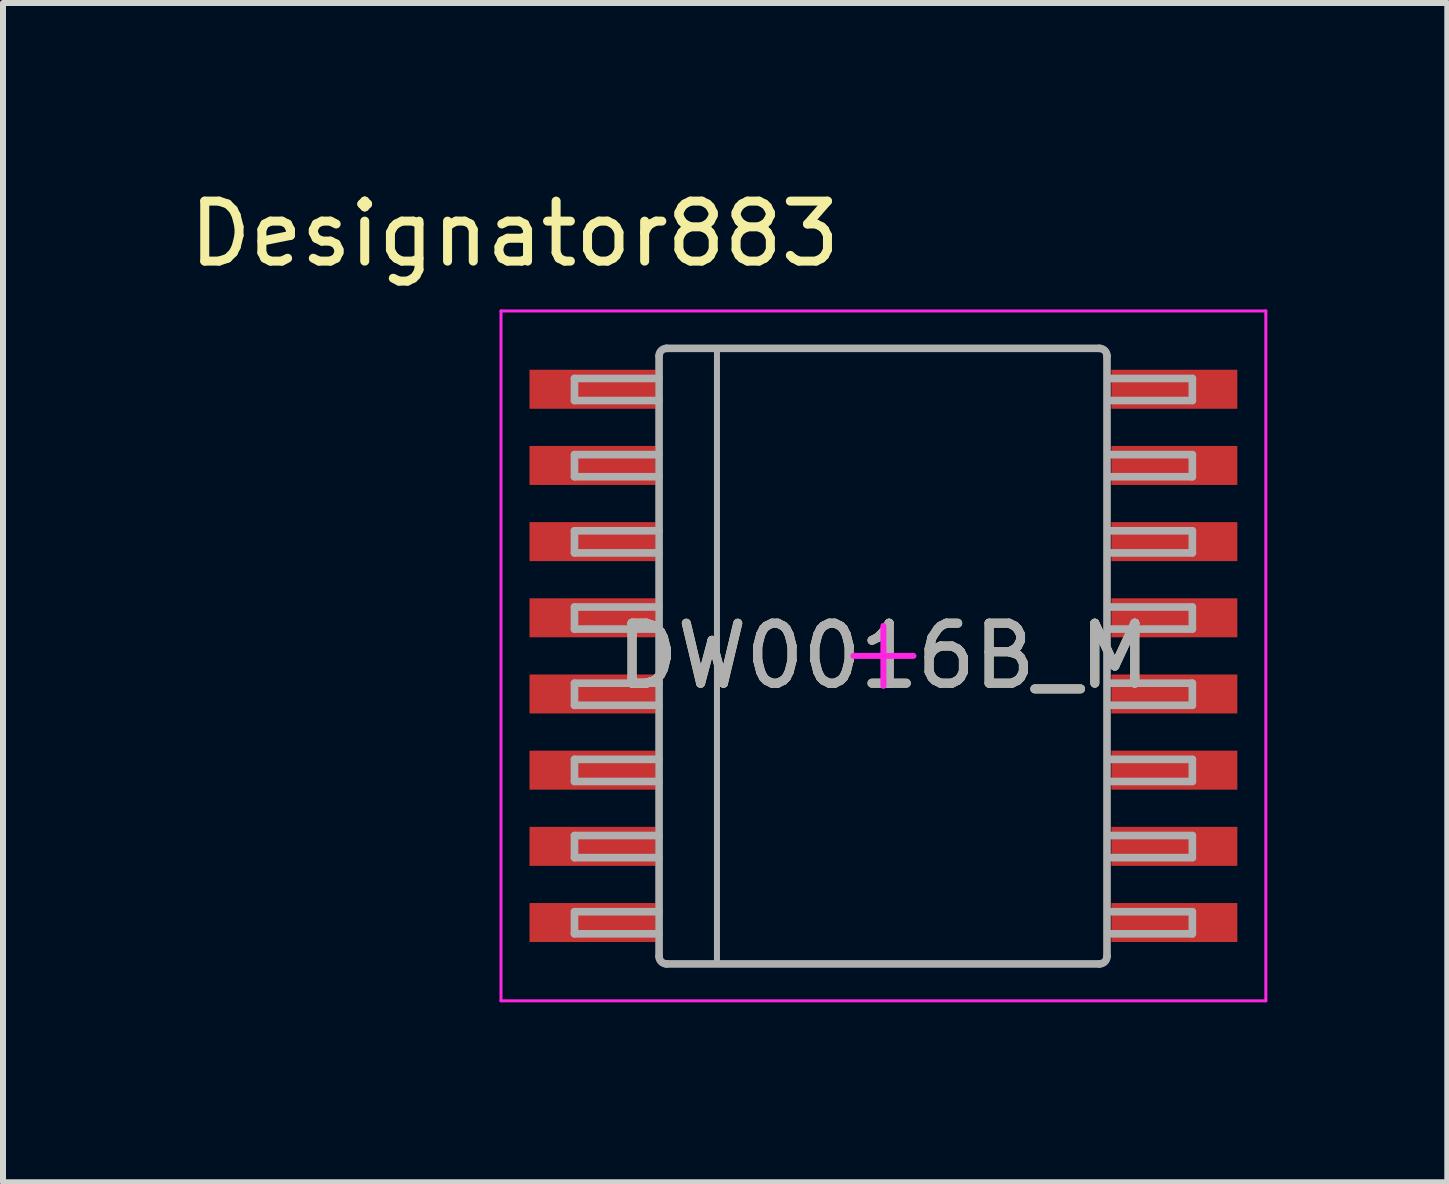
<source format=kicad_pcb>
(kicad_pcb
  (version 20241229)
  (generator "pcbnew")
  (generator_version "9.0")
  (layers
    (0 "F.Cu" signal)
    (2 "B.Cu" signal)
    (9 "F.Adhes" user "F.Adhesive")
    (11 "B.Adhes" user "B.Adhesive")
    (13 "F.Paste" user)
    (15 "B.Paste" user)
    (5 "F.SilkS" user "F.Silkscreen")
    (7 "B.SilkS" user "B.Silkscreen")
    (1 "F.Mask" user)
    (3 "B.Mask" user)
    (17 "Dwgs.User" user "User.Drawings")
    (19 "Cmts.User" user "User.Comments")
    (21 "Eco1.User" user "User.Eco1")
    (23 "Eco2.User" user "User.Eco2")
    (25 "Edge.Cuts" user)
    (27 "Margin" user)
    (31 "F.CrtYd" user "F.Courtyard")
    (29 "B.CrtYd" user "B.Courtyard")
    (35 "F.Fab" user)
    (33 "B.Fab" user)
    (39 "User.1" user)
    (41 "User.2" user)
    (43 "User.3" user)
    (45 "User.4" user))
  (footprint "DW0016B_M"
    (layer "F.Cu")
    (at 11.677 7.884)
    (property "Reference" "DW0016B_M" (at 0 0 0) (unlocked yes) (layer "F.SilkS") (effects (font (size 1 1) (thickness 0.15))))
    (attr smd)
    (fp_line (start -6.375 -5.75) (end 6.375 -5.75) (stroke (width 0.05) (type solid)) (layer "F.CrtYd"))
    (fp_line (start -6.375 5.75) (end -6.375 -5.75) (stroke (width 0.05) (type solid)) (layer "F.CrtYd"))
    (fp_line (start -6.375 5.75) (end 6.375 5.75) (stroke (width 0.05) (type solid)) (layer "F.CrtYd"))
    (fp_line (start -0.5 0) (end 0.5 0) (stroke (width 0.1) (type solid)) (layer "F.CrtYd"))
    (fp_line (start 0 0.5) (end 0 -0.5) (stroke (width 0.1) (type solid)) (layer "F.CrtYd"))
    (fp_line (start 6.375 5.75) (end 6.375 -5.75) (stroke (width 0.05) (type solid)) (layer "F.CrtYd"))
    (fp_line (start -5.15 -4.625) (end -3.74 -4.625) (stroke (width 0.127) (type solid)) (layer "F.Fab"))
    (fp_line (start -5.15 -4.257) (end -5.15 -4.625) (stroke (width 0.127) (type solid)) (layer "F.Fab"))
    (fp_line (start -5.15 -4.257) (end -3.74 -4.257) (stroke (width 0.127) (type solid)) (layer "F.Fab"))
    (fp_line (start -5.15 -3.355) (end -3.74 -3.355) (stroke (width 0.127) (type solid)) (layer "F.Fab"))
    (fp_line (start -5.15 -2.987) (end -5.15 -3.355) (stroke (width 0.127) (type solid)) (layer "F.Fab"))
    (fp_line (start -5.15 -2.987) (end -3.74 -2.987) (stroke (width 0.127) (type solid)) (layer "F.Fab"))
    (fp_line (start -5.15 -2.085) (end -3.74 -2.085) (stroke (width 0.127) (type solid)) (layer "F.Fab"))
    (fp_line (start -5.15 -1.717) (end -5.15 -2.085) (stroke (width 0.127) (type solid)) (layer "F.Fab"))
    (fp_line (start -5.15 -1.717) (end -3.74 -1.717) (stroke (width 0.127) (type solid)) (layer "F.Fab"))
    (fp_line (start -5.15 -0.815) (end -3.74 -0.815) (stroke (width 0.127) (type solid)) (layer "F.Fab"))
    (fp_line (start -5.15 -0.447) (end -5.15 -0.815) (stroke (width 0.127) (type solid)) (layer "F.Fab"))
    (fp_line (start -5.15 -0.447) (end -3.74 -0.447) (stroke (width 0.127) (type solid)) (layer "F.Fab"))
    (fp_line (start -5.15 0.455) (end -3.74 0.455) (stroke (width 0.127) (type solid)) (layer "F.Fab"))
    (fp_line (start -5.15 0.823) (end -5.15 0.455) (stroke (width 0.127) (type solid)) (layer "F.Fab"))
    (fp_line (start -5.15 0.823) (end -3.74 0.823) (stroke (width 0.127) (type solid)) (layer "F.Fab"))
    (fp_line (start -5.15 1.725) (end -3.74 1.725) (stroke (width 0.127) (type solid)) (layer "F.Fab"))
    (fp_line (start -5.15 2.093) (end -5.15 1.725) (stroke (width 0.127) (type solid)) (layer "F.Fab"))
    (fp_line (start -5.15 2.093) (end -3.74 2.093) (stroke (width 0.127) (type solid)) (layer "F.Fab"))
    (fp_line (start -5.15 2.995) (end -3.74 2.995) (stroke (width 0.127) (type solid)) (layer "F.Fab"))
    (fp_line (start -5.15 3.363) (end -5.15 2.995) (stroke (width 0.127) (type solid)) (layer "F.Fab"))
    (fp_line (start -5.15 3.363) (end -3.74 3.363) (stroke (width 0.127) (type solid)) (layer "F.Fab"))
    (fp_line (start -5.15 4.265) (end -3.74 4.265) (stroke (width 0.127) (type solid)) (layer "F.Fab"))
    (fp_line (start -5.15 4.633) (end -5.15 4.265) (stroke (width 0.127) (type solid)) (layer "F.Fab"))
    (fp_line (start -5.15 4.633) (end -3.74 4.633) (stroke (width 0.127) (type solid)) (layer "F.Fab"))
    (fp_line (start -3.74 5.008) (end -3.74 -5) (stroke (width 0.127) (type solid)) (layer "F.Fab"))
    (fp_line (start -3.614 -5.127) (end 3.601 -5.127) (stroke (width 0.127) (type solid)) (layer "F.Fab"))
    (fp_line (start -3.614 5.135) (end 3.601 5.135) (stroke (width 0.127) (type solid)) (layer "F.Fab"))
    (fp_line (start -2.775 5.135) (end -2.775 -5.127) (stroke (width 0.1) (type solid)) (layer "F.Fab"))
    (fp_line (start 3.727 5.008) (end 3.727 -5) (stroke (width 0.127) (type solid)) (layer "F.Fab"))
    (fp_line (start 3.74 -4.625) (end 5.15 -4.625) (stroke (width 0.127) (type solid)) (layer "F.Fab"))
    (fp_line (start 3.74 -4.257) (end 5.15 -4.257) (stroke (width 0.127) (type solid)) (layer "F.Fab"))
    (fp_line (start 3.74 -3.355) (end 5.15 -3.355) (stroke (width 0.127) (type solid)) (layer "F.Fab"))
    (fp_line (start 3.74 -2.987) (end 5.15 -2.987) (stroke (width 0.127) (type solid)) (layer "F.Fab"))
    (fp_line (start 3.74 -2.085) (end 5.15 -2.085) (stroke (width 0.127) (type solid)) (layer "F.Fab"))
    (fp_line (start 3.74 -1.717) (end 5.15 -1.717) (stroke (width 0.127) (type solid)) (layer "F.Fab"))
    (fp_line (start 3.74 -0.815) (end 5.15 -0.815) (stroke (width 0.127) (type solid)) (layer "F.Fab"))
    (fp_line (start 3.74 -0.447) (end 5.15 -0.447) (stroke (width 0.127) (type solid)) (layer "F.Fab"))
    (fp_line (start 3.74 0.455) (end 5.15 0.455) (stroke (width 0.127) (type solid)) (layer "F.Fab"))
    (fp_line (start 3.74 0.823) (end 5.15 0.823) (stroke (width 0.127) (type solid)) (layer "F.Fab"))
    (fp_line (start 3.74 1.725) (end 5.15 1.725) (stroke (width 0.127) (type solid)) (layer "F.Fab"))
    (fp_line (start 3.74 2.093) (end 5.15 2.093) (stroke (width 0.127) (type solid)) (layer "F.Fab"))
    (fp_line (start 3.74 2.995) (end 5.15 2.995) (stroke (width 0.127) (type solid)) (layer "F.Fab"))
    (fp_line (start 3.74 3.363) (end 5.15 3.363) (stroke (width 0.127) (type solid)) (layer "F.Fab"))
    (fp_line (start 3.74 4.265) (end 5.15 4.265) (stroke (width 0.127) (type solid)) (layer "F.Fab"))
    (fp_line (start 3.74 4.633) (end 5.15 4.633) (stroke (width 0.127) (type solid)) (layer "F.Fab"))
    (fp_line (start 5.15 -4.257) (end 5.15 -4.625) (stroke (width 0.127) (type solid)) (layer "F.Fab"))
    (fp_line (start 5.15 -2.987) (end 5.15 -3.355) (stroke (width 0.127) (type solid)) (layer "F.Fab"))
    (fp_line (start 5.15 -1.717) (end 5.15 -2.085) (stroke (width 0.127) (type solid)) (layer "F.Fab"))
    (fp_line (start 5.15 -0.447) (end 5.15 -0.815) (stroke (width 0.127) (type solid)) (layer "F.Fab"))
    (fp_line (start 5.15 0.823) (end 5.15 0.455) (stroke (width 0.127) (type solid)) (layer "F.Fab"))
    (fp_line (start 5.15 2.093) (end 5.15 1.725) (stroke (width 0.127) (type solid)) (layer "F.Fab"))
    (fp_line (start 5.15 3.363) (end 5.15 2.995) (stroke (width 0.127) (type solid)) (layer "F.Fab"))
    (fp_line (start 5.15 4.633) (end 5.15 4.265) (stroke (width 0.127) (type solid)) (layer "F.Fab"))
    (fp_arc (start -3.740299 -5.000131) (mid -3.703105 -5.089455) (end -3.613781 -5.126649) (stroke (width 0.127) (type solid)) (layer "F.Fab"))
    (fp_arc (start -3.613781 5.134949) (mid -3.703105 5.097755) (end -3.740299 5.008432) (stroke (width 0.127) (type solid)) (layer "F.Fab"))
    (fp_arc (start 3.600756 -5.126649) (mid 3.690092 -5.08946) (end 3.727299 -5.000131) (stroke (width 0.127) (type solid)) (layer "F.Fab"))
    (fp_arc (start 3.727299 5.008432) (mid 3.690092 5.09776) (end 3.600756 5.13495) (stroke (width 0.127) (type solid)) (layer "F.Fab"))
    (fp_text user "Designator883" (at -6.147 -7.036 0) (unlocked yes) (layer "F.SilkS") (effects (font (size 1 1) (thickness 0.15))))
    (fp_text user "${REFERENCE}" (at 0 0 0) (unlocked yes) (layer "F.Fab") (effects (font (size 1 1) (thickness 0.15))))
    (pad "1" smd rect (at -4.85 -4.445 90) (size 0.65 2.1) (layers "F.Cu" "F.Mask" "F.Paste"))
    (pad "2" smd rect (at -4.85 -3.175 90) (size 0.65 2.1) (layers "F.Cu" "F.Mask" "F.Paste"))
    (pad "3" smd rect (at -4.85 -1.905 90) (size 0.65 2.1) (layers "F.Cu" "F.Mask" "F.Paste"))
    (pad "4" smd rect (at -4.85 -0.635 90) (size 0.65 2.1) (layers "F.Cu" "F.Mask" "F.Paste"))
    (pad "5" smd rect (at -4.85 0.635 90) (size 0.65 2.1) (layers "F.Cu" "F.Mask" "F.Paste"))
    (pad "6" smd rect (at -4.85 1.905 90) (size 0.65 2.1) (layers "F.Cu" "F.Mask" "F.Paste"))
    (pad "7" smd rect (at -4.85 3.175 90) (size 0.65 2.1) (layers "F.Cu" "F.Mask" "F.Paste"))
    (pad "8" smd rect (at -4.85 4.445 90) (size 0.65 2.1) (layers "F.Cu" "F.Mask" "F.Paste"))
    (pad "9" smd rect (at 4.85 4.445 90) (size 0.65 2.1) (layers "F.Cu" "F.Mask" "F.Paste"))
    (pad "10" smd rect (at 4.85 3.175 90) (size 0.65 2.1) (layers "F.Cu" "F.Mask" "F.Paste"))
    (pad "11" smd rect (at 4.85 1.905 90) (size 0.65 2.1) (layers "F.Cu" "F.Mask" "F.Paste"))
    (pad "12" smd rect (at 4.85 0.635 90) (size 0.65 2.1) (layers "F.Cu" "F.Mask" "F.Paste"))
    (pad "13" smd rect (at 4.85 -0.635 90) (size 0.65 2.1) (layers "F.Cu" "F.Mask" "F.Paste"))
    (pad "14" smd rect (at 4.85 -1.905 90) (size 0.65 2.1) (layers "F.Cu" "F.Mask" "F.Paste"))
    (pad "15" smd rect (at 4.85 -3.175 90) (size 0.65 2.1) (layers "F.Cu" "F.Mask" "F.Paste"))
    (pad "16" smd rect (at 4.85 -4.445 90) (size 0.65 2.1) (layers "F.Cu" "F.Mask" "F.Paste")))
  (gr_rect
    (start -3 -3)
    (end 21.077 16.659)
    (stroke (width 0.1) (type default))
    (fill no)
    (layer "Edge.Cuts")))
</source>
